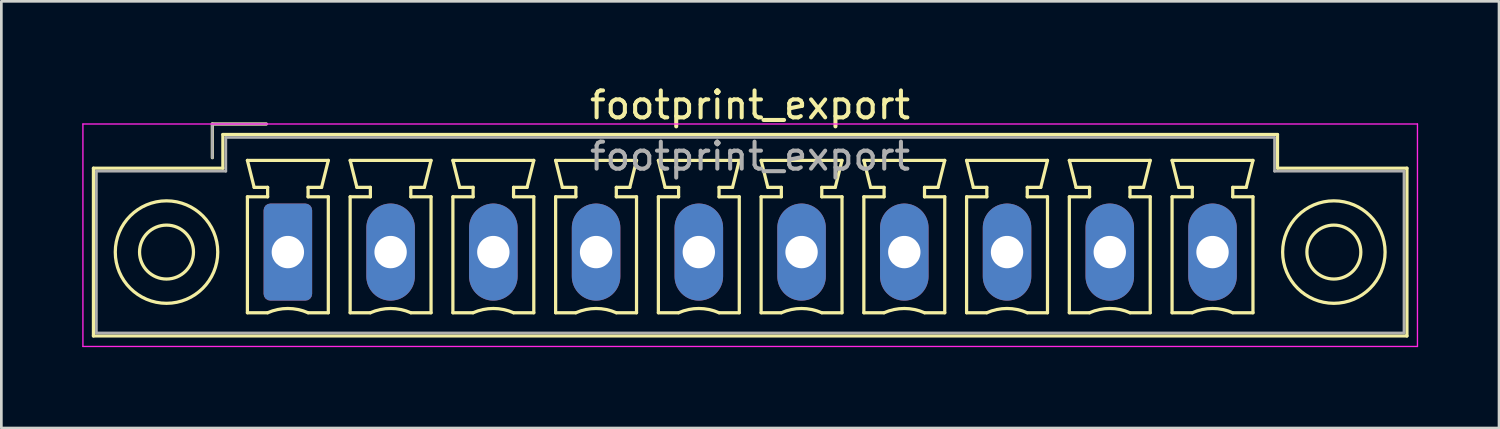
<source format=kicad_pcb>
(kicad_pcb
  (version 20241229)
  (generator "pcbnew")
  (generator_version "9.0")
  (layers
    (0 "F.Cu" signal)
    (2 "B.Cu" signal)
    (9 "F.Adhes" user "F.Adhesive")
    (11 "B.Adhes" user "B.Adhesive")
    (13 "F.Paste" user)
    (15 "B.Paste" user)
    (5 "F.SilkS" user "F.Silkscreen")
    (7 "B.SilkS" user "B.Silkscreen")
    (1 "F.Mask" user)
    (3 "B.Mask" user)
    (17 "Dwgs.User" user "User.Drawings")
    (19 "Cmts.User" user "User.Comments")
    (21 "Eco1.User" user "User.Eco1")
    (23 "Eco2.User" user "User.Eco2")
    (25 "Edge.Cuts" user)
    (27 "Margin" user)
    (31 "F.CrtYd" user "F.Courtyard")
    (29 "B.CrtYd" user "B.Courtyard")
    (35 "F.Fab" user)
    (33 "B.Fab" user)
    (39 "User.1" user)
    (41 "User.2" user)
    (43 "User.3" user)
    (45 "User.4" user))
  (footprint "footprint_export"
    (layer "F.Cu")
    (at 7.625 6.298)
    (property "Reference" "footprint_export" (at 17.14 -5.45 0) (layer "F.SilkS") (effects (font (size 1 1) (thickness 0.15))))
    (attr through_hole)
    (fp_line (start -7.21 -3.11) (end -7.21 3.11) (stroke (width 0.12) (type solid)) (layer "F.SilkS"))
    (fp_line (start -7.21 3.11) (end 41.5 3.11) (stroke (width 0.12) (type solid)) (layer "F.SilkS"))
    (fp_line (start -2.8 -4.75) (end -0.8 -4.75) (stroke (width 0.12) (type solid)) (layer "F.SilkS"))
    (fp_line (start -2.8 -3.5) (end -2.8 -4.75) (stroke (width 0.12) (type solid)) (layer "F.SilkS"))
    (fp_line (start -2.41 -4.36) (end -2.41 -3.11) (stroke (width 0.12) (type solid)) (layer "F.SilkS"))
    (fp_line (start -2.41 -3.11) (end -7.21 -3.11) (stroke (width 0.12) (type solid)) (layer "F.SilkS"))
    (fp_line (start -1.5 -3.4) (end 1.5 -3.4) (stroke (width 0.12) (type solid)) (layer "F.SilkS"))
    (fp_line (start -1.5 -2.05) (end -0.75 -2.05) (stroke (width 0.12) (type solid)) (layer "F.SilkS"))
    (fp_line (start -1.5 2.25) (end -1.5 -2.05) (stroke (width 0.12) (type solid)) (layer "F.SilkS"))
    (fp_line (start -1.25 -2.4) (end -1.5 -3.4) (stroke (width 0.12) (type solid)) (layer "F.SilkS"))
    (fp_line (start -0.75 -2.4) (end -1.25 -2.4) (stroke (width 0.12) (type solid)) (layer "F.SilkS"))
    (fp_line (start -0.75 -2.05) (end -0.75 -2.4) (stroke (width 0.12) (type solid)) (layer "F.SilkS"))
    (fp_line (start -0.75 2.25) (end -1.5 2.25) (stroke (width 0.12) (type solid)) (layer "F.SilkS"))
    (fp_line (start 0.75 -2.4) (end 0.75 -2.05) (stroke (width 0.12) (type solid)) (layer "F.SilkS"))
    (fp_line (start 0.75 -2.05) (end 1.5 -2.05) (stroke (width 0.12) (type solid)) (layer "F.SilkS"))
    (fp_line (start 1.25 -2.4) (end 0.75 -2.4) (stroke (width 0.12) (type solid)) (layer "F.SilkS"))
    (fp_line (start 1.5 -3.4) (end 1.25 -2.4) (stroke (width 0.12) (type solid)) (layer "F.SilkS"))
    (fp_line (start 1.5 -2.05) (end 1.5 2.25) (stroke (width 0.12) (type solid)) (layer "F.SilkS"))
    (fp_line (start 1.5 2.25) (end 0.75 2.25) (stroke (width 0.12) (type solid)) (layer "F.SilkS"))
    (fp_line (start 2.31 -3.4) (end 5.31 -3.4) (stroke (width 0.12) (type solid)) (layer "F.SilkS"))
    (fp_line (start 2.31 -2.05) (end 3.06 -2.05) (stroke (width 0.12) (type solid)) (layer "F.SilkS"))
    (fp_line (start 2.31 2.25) (end 2.31 -2.05) (stroke (width 0.12) (type solid)) (layer "F.SilkS"))
    (fp_line (start 2.56 -2.4) (end 2.31 -3.4) (stroke (width 0.12) (type solid)) (layer "F.SilkS"))
    (fp_line (start 3.06 -2.4) (end 2.56 -2.4) (stroke (width 0.12) (type solid)) (layer "F.SilkS"))
    (fp_line (start 3.06 -2.05) (end 3.06 -2.4) (stroke (width 0.12) (type solid)) (layer "F.SilkS"))
    (fp_line (start 3.06 2.25) (end 2.31 2.25) (stroke (width 0.12) (type solid)) (layer "F.SilkS"))
    (fp_line (start 4.56 -2.4) (end 4.56 -2.05) (stroke (width 0.12) (type solid)) (layer "F.SilkS"))
    (fp_line (start 4.56 -2.05) (end 5.31 -2.05) (stroke (width 0.12) (type solid)) (layer "F.SilkS"))
    (fp_line (start 5.06 -2.4) (end 4.56 -2.4) (stroke (width 0.12) (type solid)) (layer "F.SilkS"))
    (fp_line (start 5.31 -3.4) (end 5.06 -2.4) (stroke (width 0.12) (type solid)) (layer "F.SilkS"))
    (fp_line (start 5.31 -2.05) (end 5.31 2.25) (stroke (width 0.12) (type solid)) (layer "F.SilkS"))
    (fp_line (start 5.31 2.25) (end 4.56 2.25) (stroke (width 0.12) (type solid)) (layer "F.SilkS"))
    (fp_line (start 6.12 -3.4) (end 9.12 -3.4) (stroke (width 0.12) (type solid)) (layer "F.SilkS"))
    (fp_line (start 6.12 -2.05) (end 6.87 -2.05) (stroke (width 0.12) (type solid)) (layer "F.SilkS"))
    (fp_line (start 6.12 2.25) (end 6.12 -2.05) (stroke (width 0.12) (type solid)) (layer "F.SilkS"))
    (fp_line (start 6.37 -2.4) (end 6.12 -3.4) (stroke (width 0.12) (type solid)) (layer "F.SilkS"))
    (fp_line (start 6.87 -2.4) (end 6.37 -2.4) (stroke (width 0.12) (type solid)) (layer "F.SilkS"))
    (fp_line (start 6.87 -2.05) (end 6.87 -2.4) (stroke (width 0.12) (type solid)) (layer "F.SilkS"))
    (fp_line (start 6.87 2.25) (end 6.12 2.25) (stroke (width 0.12) (type solid)) (layer "F.SilkS"))
    (fp_line (start 8.37 -2.4) (end 8.37 -2.05) (stroke (width 0.12) (type solid)) (layer "F.SilkS"))
    (fp_line (start 8.37 -2.05) (end 9.12 -2.05) (stroke (width 0.12) (type solid)) (layer "F.SilkS"))
    (fp_line (start 8.87 -2.4) (end 8.37 -2.4) (stroke (width 0.12) (type solid)) (layer "F.SilkS"))
    (fp_line (start 9.12 -3.4) (end 8.87 -2.4) (stroke (width 0.12) (type solid)) (layer "F.SilkS"))
    (fp_line (start 9.12 -2.05) (end 9.12 2.25) (stroke (width 0.12) (type solid)) (layer "F.SilkS"))
    (fp_line (start 9.12 2.25) (end 8.37 2.25) (stroke (width 0.12) (type solid)) (layer "F.SilkS"))
    (fp_line (start 9.93 -3.4) (end 12.93 -3.4) (stroke (width 0.12) (type solid)) (layer "F.SilkS"))
    (fp_line (start 9.93 -2.05) (end 10.68 -2.05) (stroke (width 0.12) (type solid)) (layer "F.SilkS"))
    (fp_line (start 9.93 2.25) (end 9.93 -2.05) (stroke (width 0.12) (type solid)) (layer "F.SilkS"))
    (fp_line (start 10.18 -2.4) (end 9.93 -3.4) (stroke (width 0.12) (type solid)) (layer "F.SilkS"))
    (fp_line (start 10.68 -2.4) (end 10.18 -2.4) (stroke (width 0.12) (type solid)) (layer "F.SilkS"))
    (fp_line (start 10.68 -2.05) (end 10.68 -2.4) (stroke (width 0.12) (type solid)) (layer "F.SilkS"))
    (fp_line (start 10.68 2.25) (end 9.93 2.25) (stroke (width 0.12) (type solid)) (layer "F.SilkS"))
    (fp_line (start 12.18 -2.4) (end 12.18 -2.05) (stroke (width 0.12) (type solid)) (layer "F.SilkS"))
    (fp_line (start 12.18 -2.05) (end 12.93 -2.05) (stroke (width 0.12) (type solid)) (layer "F.SilkS"))
    (fp_line (start 12.68 -2.4) (end 12.18 -2.4) (stroke (width 0.12) (type solid)) (layer "F.SilkS"))
    (fp_line (start 12.93 -3.4) (end 12.68 -2.4) (stroke (width 0.12) (type solid)) (layer "F.SilkS"))
    (fp_line (start 12.93 -2.05) (end 12.93 2.25) (stroke (width 0.12) (type solid)) (layer "F.SilkS"))
    (fp_line (start 12.93 2.25) (end 12.18 2.25) (stroke (width 0.12) (type solid)) (layer "F.SilkS"))
    (fp_line (start 13.74 -3.4) (end 16.74 -3.4) (stroke (width 0.12) (type solid)) (layer "F.SilkS"))
    (fp_line (start 13.74 -2.05) (end 14.49 -2.05) (stroke (width 0.12) (type solid)) (layer "F.SilkS"))
    (fp_line (start 13.74 2.25) (end 13.74 -2.05) (stroke (width 0.12) (type solid)) (layer "F.SilkS"))
    (fp_line (start 13.99 -2.4) (end 13.74 -3.4) (stroke (width 0.12) (type solid)) (layer "F.SilkS"))
    (fp_line (start 14.49 -2.4) (end 13.99 -2.4) (stroke (width 0.12) (type solid)) (layer "F.SilkS"))
    (fp_line (start 14.49 -2.05) (end 14.49 -2.4) (stroke (width 0.12) (type solid)) (layer "F.SilkS"))
    (fp_line (start 14.49 2.25) (end 13.74 2.25) (stroke (width 0.12) (type solid)) (layer "F.SilkS"))
    (fp_line (start 15.99 -2.4) (end 15.99 -2.05) (stroke (width 0.12) (type solid)) (layer "F.SilkS"))
    (fp_line (start 15.99 -2.05) (end 16.74 -2.05) (stroke (width 0.12) (type solid)) (layer "F.SilkS"))
    (fp_line (start 16.49 -2.4) (end 15.99 -2.4) (stroke (width 0.12) (type solid)) (layer "F.SilkS"))
    (fp_line (start 16.74 -3.4) (end 16.49 -2.4) (stroke (width 0.12) (type solid)) (layer "F.SilkS"))
    (fp_line (start 16.74 -2.05) (end 16.74 2.25) (stroke (width 0.12) (type solid)) (layer "F.SilkS"))
    (fp_line (start 16.74 2.25) (end 15.99 2.25) (stroke (width 0.12) (type solid)) (layer "F.SilkS"))
    (fp_line (start 17.55 -3.4) (end 20.55 -3.4) (stroke (width 0.12) (type solid)) (layer "F.SilkS"))
    (fp_line (start 17.55 -2.05) (end 18.3 -2.05) (stroke (width 0.12) (type solid)) (layer "F.SilkS"))
    (fp_line (start 17.55 2.25) (end 17.55 -2.05) (stroke (width 0.12) (type solid)) (layer "F.SilkS"))
    (fp_line (start 17.8 -2.4) (end 17.55 -3.4) (stroke (width 0.12) (type solid)) (layer "F.SilkS"))
    (fp_line (start 18.3 -2.4) (end 17.8 -2.4) (stroke (width 0.12) (type solid)) (layer "F.SilkS"))
    (fp_line (start 18.3 -2.05) (end 18.3 -2.4) (stroke (width 0.12) (type solid)) (layer "F.SilkS"))
    (fp_line (start 18.3 2.25) (end 17.55 2.25) (stroke (width 0.12) (type solid)) (layer "F.SilkS"))
    (fp_line (start 19.8 -2.4) (end 19.8 -2.05) (stroke (width 0.12) (type solid)) (layer "F.SilkS"))
    (fp_line (start 19.8 -2.05) (end 20.55 -2.05) (stroke (width 0.12) (type solid)) (layer "F.SilkS"))
    (fp_line (start 20.3 -2.4) (end 19.8 -2.4) (stroke (width 0.12) (type solid)) (layer "F.SilkS"))
    (fp_line (start 20.55 -3.4) (end 20.3 -2.4) (stroke (width 0.12) (type solid)) (layer "F.SilkS"))
    (fp_line (start 20.55 -2.05) (end 20.55 2.25) (stroke (width 0.12) (type solid)) (layer "F.SilkS"))
    (fp_line (start 20.55 2.25) (end 19.8 2.25) (stroke (width 0.12) (type solid)) (layer "F.SilkS"))
    (fp_line (start 21.36 -3.4) (end 24.36 -3.4) (stroke (width 0.12) (type solid)) (layer "F.SilkS"))
    (fp_line (start 21.36 -2.05) (end 22.11 -2.05) (stroke (width 0.12) (type solid)) (layer "F.SilkS"))
    (fp_line (start 21.36 2.25) (end 21.36 -2.05) (stroke (width 0.12) (type solid)) (layer "F.SilkS"))
    (fp_line (start 21.61 -2.4) (end 21.36 -3.4) (stroke (width 0.12) (type solid)) (layer "F.SilkS"))
    (fp_line (start 22.11 -2.4) (end 21.61 -2.4) (stroke (width 0.12) (type solid)) (layer "F.SilkS"))
    (fp_line (start 22.11 -2.05) (end 22.11 -2.4) (stroke (width 0.12) (type solid)) (layer "F.SilkS"))
    (fp_line (start 22.11 2.25) (end 21.36 2.25) (stroke (width 0.12) (type solid)) (layer "F.SilkS"))
    (fp_line (start 23.61 -2.4) (end 23.61 -2.05) (stroke (width 0.12) (type solid)) (layer "F.SilkS"))
    (fp_line (start 23.61 -2.05) (end 24.36 -2.05) (stroke (width 0.12) (type solid)) (layer "F.SilkS"))
    (fp_line (start 24.11 -2.4) (end 23.61 -2.4) (stroke (width 0.12) (type solid)) (layer "F.SilkS"))
    (fp_line (start 24.36 -3.4) (end 24.11 -2.4) (stroke (width 0.12) (type solid)) (layer "F.SilkS"))
    (fp_line (start 24.36 -2.05) (end 24.36 2.25) (stroke (width 0.12) (type solid)) (layer "F.SilkS"))
    (fp_line (start 24.36 2.25) (end 23.61 2.25) (stroke (width 0.12) (type solid)) (layer "F.SilkS"))
    (fp_line (start 25.17 -3.4) (end 28.17 -3.4) (stroke (width 0.12) (type solid)) (layer "F.SilkS"))
    (fp_line (start 25.17 -2.05) (end 25.92 -2.05) (stroke (width 0.12) (type solid)) (layer "F.SilkS"))
    (fp_line (start 25.17 2.25) (end 25.17 -2.05) (stroke (width 0.12) (type solid)) (layer "F.SilkS"))
    (fp_line (start 25.42 -2.4) (end 25.17 -3.4) (stroke (width 0.12) (type solid)) (layer "F.SilkS"))
    (fp_line (start 25.92 -2.4) (end 25.42 -2.4) (stroke (width 0.12) (type solid)) (layer "F.SilkS"))
    (fp_line (start 25.92 -2.05) (end 25.92 -2.4) (stroke (width 0.12) (type solid)) (layer "F.SilkS"))
    (fp_line (start 25.92 2.25) (end 25.17 2.25) (stroke (width 0.12) (type solid)) (layer "F.SilkS"))
    (fp_line (start 27.42 -2.4) (end 27.42 -2.05) (stroke (width 0.12) (type solid)) (layer "F.SilkS"))
    (fp_line (start 27.42 -2.05) (end 28.17 -2.05) (stroke (width 0.12) (type solid)) (layer "F.SilkS"))
    (fp_line (start 27.92 -2.4) (end 27.42 -2.4) (stroke (width 0.12) (type solid)) (layer "F.SilkS"))
    (fp_line (start 28.17 -3.4) (end 27.92 -2.4) (stroke (width 0.12) (type solid)) (layer "F.SilkS"))
    (fp_line (start 28.17 -2.05) (end 28.17 2.25) (stroke (width 0.12) (type solid)) (layer "F.SilkS"))
    (fp_line (start 28.17 2.25) (end 27.42 2.25) (stroke (width 0.12) (type solid)) (layer "F.SilkS"))
    (fp_line (start 28.98 -3.4) (end 31.98 -3.4) (stroke (width 0.12) (type solid)) (layer "F.SilkS"))
    (fp_line (start 28.98 -2.05) (end 29.73 -2.05) (stroke (width 0.12) (type solid)) (layer "F.SilkS"))
    (fp_line (start 28.98 2.25) (end 28.98 -2.05) (stroke (width 0.12) (type solid)) (layer "F.SilkS"))
    (fp_line (start 29.23 -2.4) (end 28.98 -3.4) (stroke (width 0.12) (type solid)) (layer "F.SilkS"))
    (fp_line (start 29.73 -2.4) (end 29.23 -2.4) (stroke (width 0.12) (type solid)) (layer "F.SilkS"))
    (fp_line (start 29.73 -2.05) (end 29.73 -2.4) (stroke (width 0.12) (type solid)) (layer "F.SilkS"))
    (fp_line (start 29.73 2.25) (end 28.98 2.25) (stroke (width 0.12) (type solid)) (layer "F.SilkS"))
    (fp_line (start 31.23 -2.4) (end 31.23 -2.05) (stroke (width 0.12) (type solid)) (layer "F.SilkS"))
    (fp_line (start 31.23 -2.05) (end 31.98 -2.05) (stroke (width 0.12) (type solid)) (layer "F.SilkS"))
    (fp_line (start 31.73 -2.4) (end 31.23 -2.4) (stroke (width 0.12) (type solid)) (layer "F.SilkS"))
    (fp_line (start 31.98 -3.4) (end 31.73 -2.4) (stroke (width 0.12) (type solid)) (layer "F.SilkS"))
    (fp_line (start 31.98 -2.05) (end 31.98 2.25) (stroke (width 0.12) (type solid)) (layer "F.SilkS"))
    (fp_line (start 31.98 2.25) (end 31.23 2.25) (stroke (width 0.12) (type solid)) (layer "F.SilkS"))
    (fp_line (start 32.79 -3.4) (end 35.79 -3.4) (stroke (width 0.12) (type solid)) (layer "F.SilkS"))
    (fp_line (start 32.79 -2.05) (end 33.54 -2.05) (stroke (width 0.12) (type solid)) (layer "F.SilkS"))
    (fp_line (start 32.79 2.25) (end 32.79 -2.05) (stroke (width 0.12) (type solid)) (layer "F.SilkS"))
    (fp_line (start 33.04 -2.4) (end 32.79 -3.4) (stroke (width 0.12) (type solid)) (layer "F.SilkS"))
    (fp_line (start 33.54 -2.4) (end 33.04 -2.4) (stroke (width 0.12) (type solid)) (layer "F.SilkS"))
    (fp_line (start 33.54 -2.05) (end 33.54 -2.4) (stroke (width 0.12) (type solid)) (layer "F.SilkS"))
    (fp_line (start 33.54 2.25) (end 32.79 2.25) (stroke (width 0.12) (type solid)) (layer "F.SilkS"))
    (fp_line (start 35.04 -2.4) (end 35.04 -2.05) (stroke (width 0.12) (type solid)) (layer "F.SilkS"))
    (fp_line (start 35.04 -2.05) (end 35.79 -2.05) (stroke (width 0.12) (type solid)) (layer "F.SilkS"))
    (fp_line (start 35.54 -2.4) (end 35.04 -2.4) (stroke (width 0.12) (type solid)) (layer "F.SilkS"))
    (fp_line (start 35.79 -3.4) (end 35.54 -2.4) (stroke (width 0.12) (type solid)) (layer "F.SilkS"))
    (fp_line (start 35.79 -2.05) (end 35.79 2.25) (stroke (width 0.12) (type solid)) (layer "F.SilkS"))
    (fp_line (start 35.79 2.25) (end 35.04 2.25) (stroke (width 0.12) (type solid)) (layer "F.SilkS"))
    (fp_line (start 36.7 -4.36) (end -2.41 -4.36) (stroke (width 0.12) (type solid)) (layer "F.SilkS"))
    (fp_line (start 36.7 -3.11) (end 36.7 -4.36) (stroke (width 0.12) (type solid)) (layer "F.SilkS"))
    (fp_line (start 41.5 -3.11) (end 36.7 -3.11) (stroke (width 0.12) (type solid)) (layer "F.SilkS"))
    (fp_line (start 41.5 3.11) (end 41.5 -3.11) (stroke (width 0.12) (type solid)) (layer "F.SilkS"))
    (fp_arc (start -0.75 2.25) (mid -0.000193 2.09191) (end 0.749647 2.249844) (stroke (width 0.12) (type solid)) (layer "F.SilkS"))
    (fp_arc (start 3.06 2.25) (mid 3.809807 2.09191) (end 4.559647 2.249844) (stroke (width 0.12) (type solid)) (layer "F.SilkS"))
    (fp_arc (start 6.87 2.25) (mid 7.619807 2.09191) (end 8.369647 2.249844) (stroke (width 0.12) (type solid)) (layer "F.SilkS"))
    (fp_arc (start 10.68 2.25) (mid 11.429807 2.09191) (end 12.179647 2.249844) (stroke (width 0.12) (type solid)) (layer "F.SilkS"))
    (fp_arc (start 14.49 2.25) (mid 15.239807 2.09191) (end 15.989647 2.249844) (stroke (width 0.12) (type solid)) (layer "F.SilkS"))
    (fp_arc (start 18.3 2.25) (mid 19.049807 2.09191) (end 19.799647 2.249844) (stroke (width 0.12) (type solid)) (layer "F.SilkS"))
    (fp_arc (start 22.11 2.25) (mid 22.859807 2.09191) (end 23.609647 2.249844) (stroke (width 0.12) (type solid)) (layer "F.SilkS"))
    (fp_arc (start 25.92 2.25) (mid 26.669807 2.09191) (end 27.419647 2.249844) (stroke (width 0.12) (type solid)) (layer "F.SilkS"))
    (fp_arc (start 29.73 2.25) (mid 30.479807 2.09191) (end 31.229647 2.249844) (stroke (width 0.12) (type solid)) (layer "F.SilkS"))
    (fp_arc (start 33.54 2.25) (mid 34.289807 2.09191) (end 35.039647 2.249844) (stroke (width 0.12) (type solid)) (layer "F.SilkS"))
    (fp_circle (center -4.5 0) (end -3.5 0) (stroke (width 0.12) (type solid)) (fill no) (layer "F.SilkS"))
    (fp_circle (center -4.5 0) (end -2.6 0) (stroke (width 0.12) (type solid)) (fill no) (layer "F.SilkS"))
    (fp_circle (center 38.79 0) (end 39.79 0) (stroke (width 0.12) (type solid)) (fill no) (layer "F.SilkS"))
    (fp_circle (center 38.79 0) (end 40.69 0) (stroke (width 0.12) (type solid)) (fill no) (layer "F.SilkS"))
    (fp_line (start -7.6 -4.75) (end -7.6 3.5) (stroke (width 0.05) (type solid)) (layer "F.CrtYd"))
    (fp_line (start -7.6 3.5) (end 41.89 3.5) (stroke (width 0.05) (type solid)) (layer "F.CrtYd"))
    (fp_line (start 41.89 -4.75) (end -7.6 -4.75) (stroke (width 0.05) (type solid)) (layer "F.CrtYd"))
    (fp_line (start 41.89 3.5) (end 41.89 -4.75) (stroke (width 0.05) (type solid)) (layer "F.CrtYd"))
    (fp_line (start -7.1 -3) (end -7.1 3) (stroke (width 0.1) (type solid)) (layer "F.Fab"))
    (fp_line (start -7.1 3) (end 41.39 3) (stroke (width 0.1) (type solid)) (layer "F.Fab"))
    (fp_line (start -2.8 -4.75) (end -0.8 -4.75) (stroke (width 0.1) (type solid)) (layer "F.Fab"))
    (fp_line (start -2.8 -3.5) (end -2.8 -4.75) (stroke (width 0.1) (type solid)) (layer "F.Fab"))
    (fp_line (start -2.3 -4.25) (end -2.3 -3) (stroke (width 0.1) (type solid)) (layer "F.Fab"))
    (fp_line (start -2.3 -3) (end -7.1 -3) (stroke (width 0.1) (type solid)) (layer "F.Fab"))
    (fp_line (start 36.59 -4.25) (end -2.3 -4.25) (stroke (width 0.1) (type solid)) (layer "F.Fab"))
    (fp_line (start 36.59 -3) (end 36.59 -4.25) (stroke (width 0.1) (type solid)) (layer "F.Fab"))
    (fp_line (start 41.39 -3) (end 36.59 -3) (stroke (width 0.1) (type solid)) (layer "F.Fab"))
    (fp_line (start 41.39 3) (end 41.39 -3) (stroke (width 0.1) (type solid)) (layer "F.Fab"))
    (fp_text user "${REFERENCE}" (at 17.14 -3.55 0) (layer "F.Fab") (effects (font (size 1 1) (thickness 0.15))))
    (pad "1" thru_hole roundrect (at 0 0) (size 1.8 3.6) (drill 1.2) (layers "*.Cu" "*.Mask") (roundrect_rratio 0.139))
    (pad "2" thru_hole oval (at 3.81 0) (size 1.8 3.6) (drill 1.2) (layers "*.Cu" "*.Mask"))
    (pad "3" thru_hole oval (at 7.62 0) (size 1.8 3.6) (drill 1.2) (layers "*.Cu" "*.Mask"))
    (pad "4" thru_hole oval (at 11.43 0) (size 1.8 3.6) (drill 1.2) (layers "*.Cu" "*.Mask"))
    (pad "5" thru_hole oval (at 15.24 0) (size 1.8 3.6) (drill 1.2) (layers "*.Cu" "*.Mask"))
    (pad "6" thru_hole oval (at 19.05 0) (size 1.8 3.6) (drill 1.2) (layers "*.Cu" "*.Mask"))
    (pad "7" thru_hole oval (at 22.86 0) (size 1.8 3.6) (drill 1.2) (layers "*.Cu" "*.Mask"))
    (pad "8" thru_hole oval (at 26.67 0) (size 1.8 3.6) (drill 1.2) (layers "*.Cu" "*.Mask"))
    (pad "9" thru_hole oval (at 30.48 0) (size 1.8 3.6) (drill 1.2) (layers "*.Cu" "*.Mask"))
    (pad "10" thru_hole oval (at 34.29 0) (size 1.8 3.6) (drill 1.2) (layers "*.Cu" "*.Mask")))
  (gr_rect
    (start -3 -3)
    (end 52.54 12.823)
    (stroke (width 0.1) (type default))
    (fill no)
    (layer "Edge.Cuts")))
</source>
